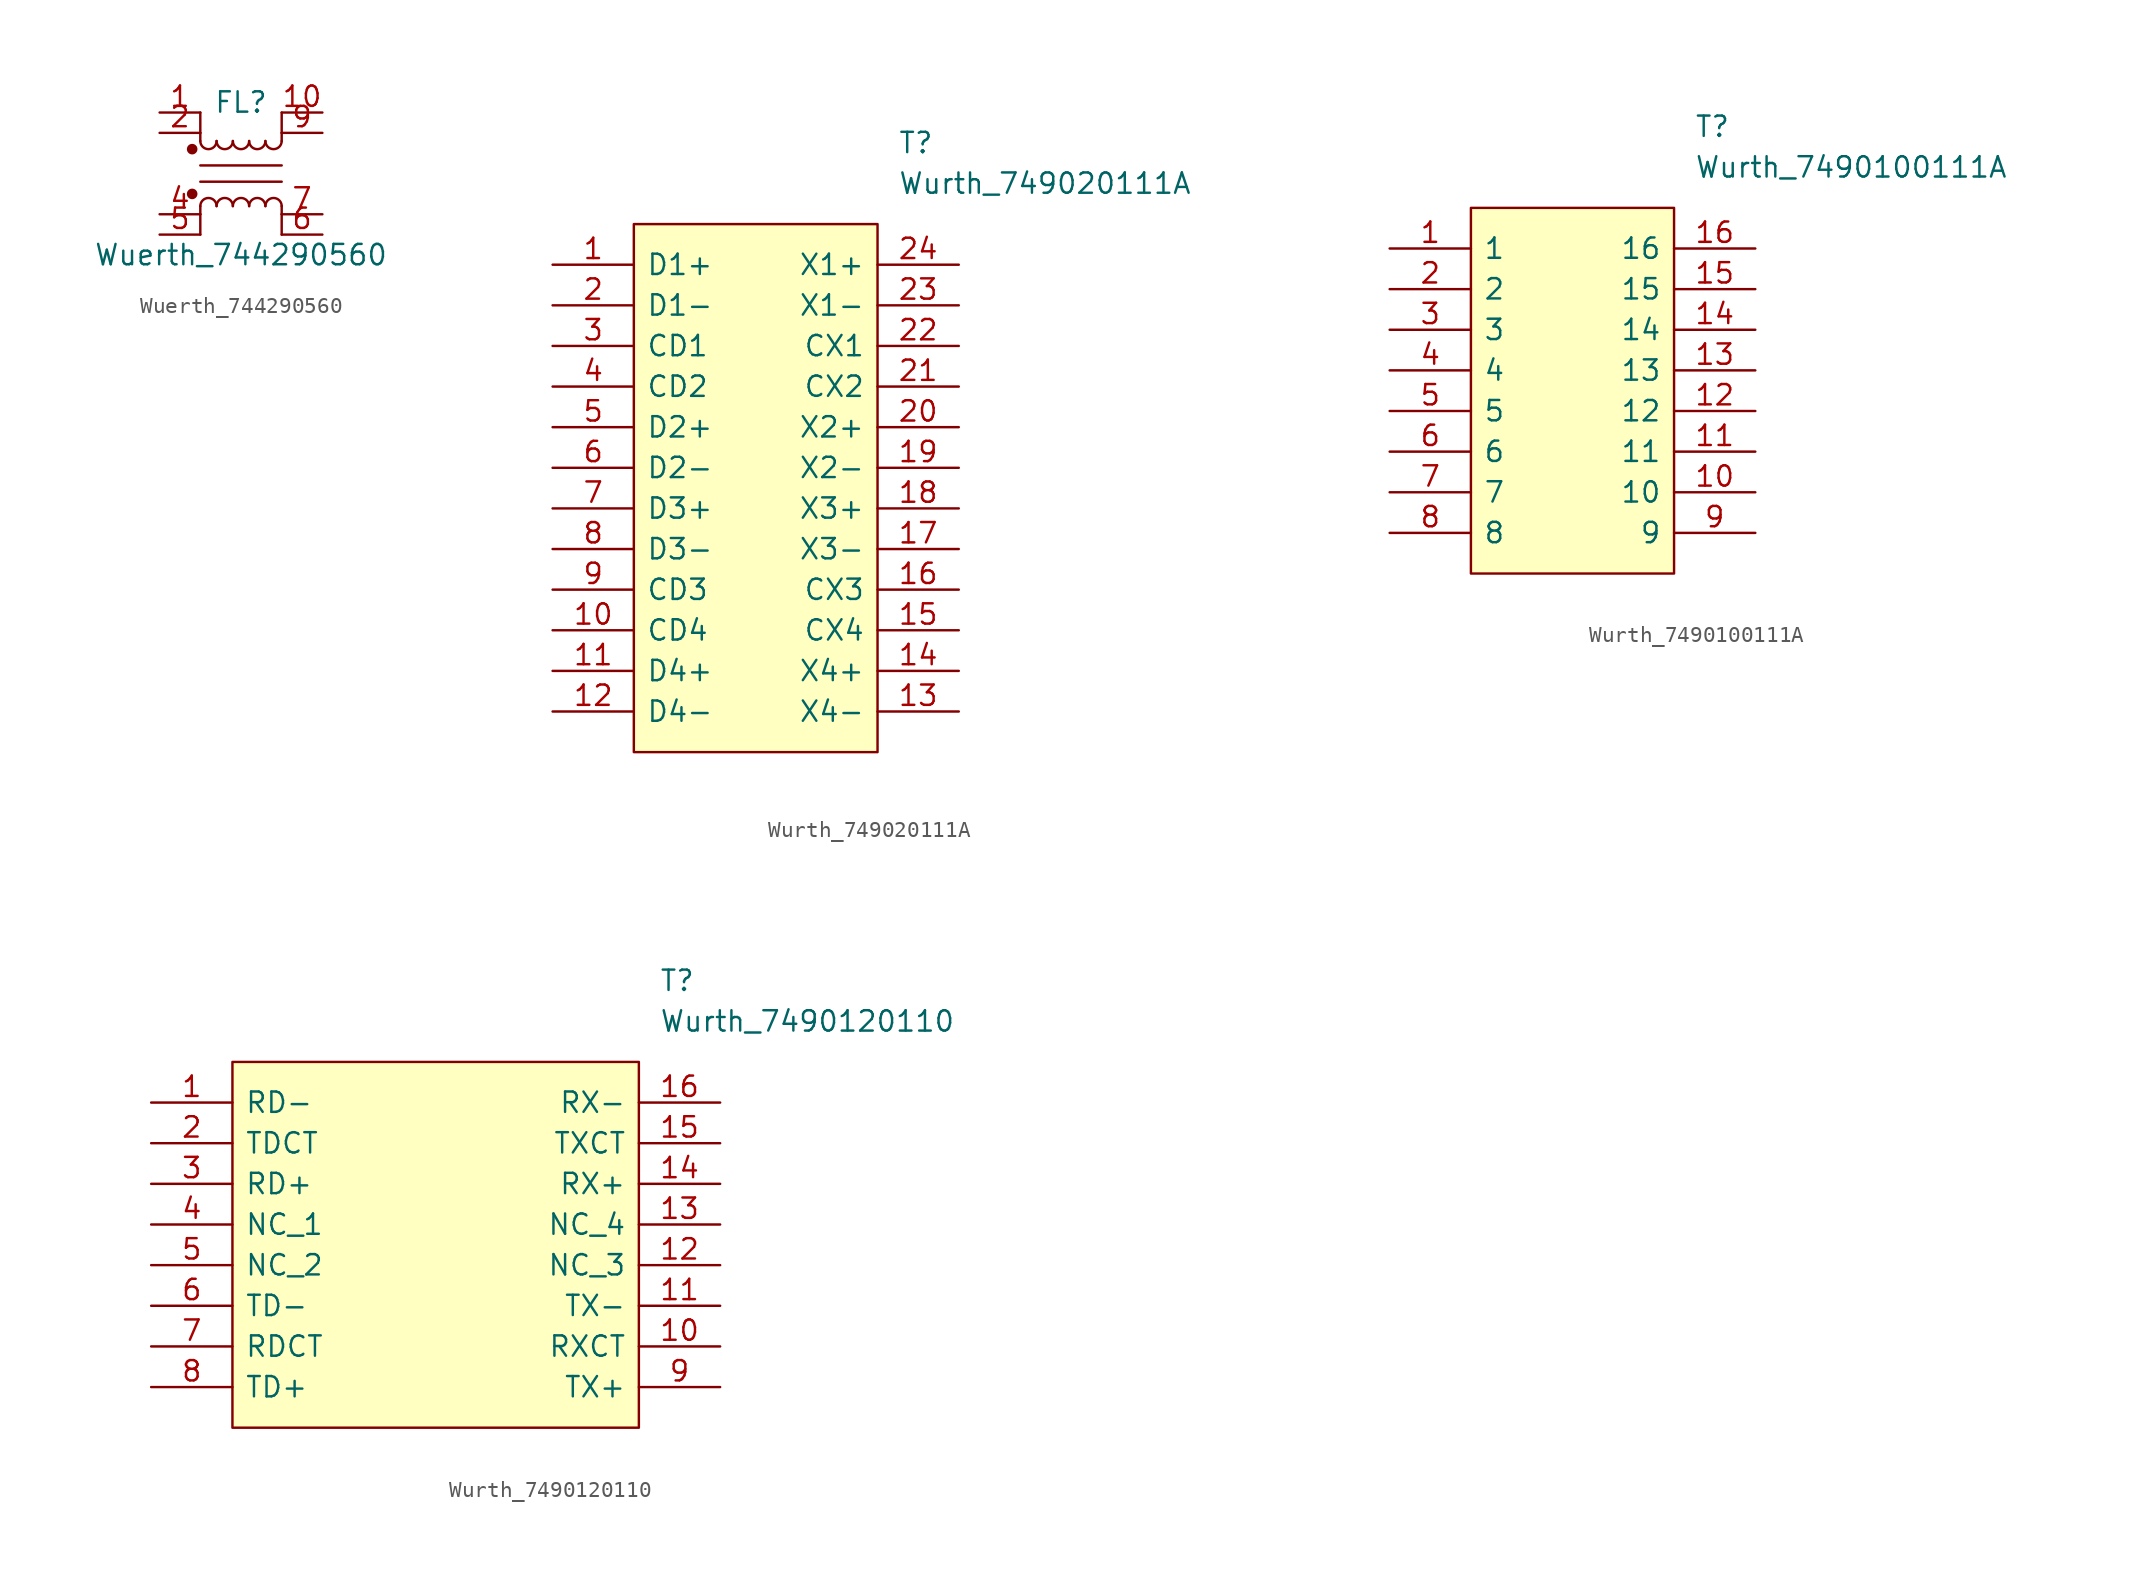
<source format=kicad_sym>
(kicad_symbol_lib
  (version 20241209)
  (generator "kicad_symbol_editor")
  (generator_version "9.0")
  (symbol "Wuerth_744290560"
    (pin_names
      (hide yes))
    (property "Reference" "FL"
      (at 0 4.445 0)
      (effects (font (size 1.27 1.27))))
    (property "Value" "Wuerth_744290560"
      (at 0 -5.08 0)
      (effects (font (size 1.27 1.27))))
    (symbol "Wuerth_744290560_0_1"
      (circle (center -3.048 1.524) (radius 0.254) (stroke (width 0) (type solid)) (fill (type outline)))
      (circle (center -3.048 -1.27) (radius 0.254) (stroke (width 0) (type solid)) (fill (type outline)))
      (polyline (pts (xy -2.54 2.54) (xy -2.54 3.81)) (stroke (width 0) (type solid)) (fill (type none)))
      (polyline (pts (xy -2.54 2.032) (xy -2.54 2.54)) (stroke (width 0) (type solid)) (fill (type none)))
      (polyline (pts (xy -2.54 0.508) (xy 2.54 0.508)) (stroke (width 0) (type solid)) (fill (type none)))
      (polyline (pts (xy -2.54 -2.032) (xy -2.54 -2.54)) (stroke (width 0) (type solid)) (fill (type none)))
      (polyline (pts (xy -2.54 -2.54) (xy -2.54 -3.81)) (stroke (width 0) (type solid)) (fill (type none)))
      (arc (start -1.524 2.032) (mid -2.032 1.524) (end -2.54 2.032) (stroke (width 0) (type solid)) (fill (type none)))
      (arc (start -2.54 -2.032) (mid -2.032 -1.524) (end -1.524 -2.032) (stroke (width 0) (type solid)) (fill (type none)))
      (arc (start -0.508 2.032) (mid -1.016 1.524) (end -1.524 2.032) (stroke (width 0) (type solid)) (fill (type none)))
      (arc (start -1.524 -2.032) (mid -1.016 -1.524) (end -0.508 -2.032) (stroke (width 0) (type solid)) (fill (type none)))
      (arc (start 0.508 2.032) (mid 0 1.524) (end -0.508 2.032) (stroke (width 0) (type solid)) (fill (type none)))
      (arc (start -0.508 -2.032) (mid 0 -1.524) (end 0.508 -2.032) (stroke (width 0) (type solid)) (fill (type none)))
      (arc (start 1.524 2.032) (mid 1.016 1.524) (end 0.508 2.032) (stroke (width 0) (type solid)) (fill (type none)))
      (arc (start 0.508 -2.032) (mid 1.016 -1.524) (end 1.524 -2.032) (stroke (width 0) (type solid)) (fill (type none)))
      (arc (start 2.54 2.032) (mid 2.032 1.524) (end 1.524 2.032) (stroke (width 0) (type solid)) (fill (type none)))
      (arc (start 1.524 -2.032) (mid 2.032 -1.524) (end 2.54 -2.032) (stroke (width 0) (type solid)) (fill (type none)))
      (polyline (pts (xy 2.54 2.54) (xy 2.54 3.81)) (stroke (width 0) (type solid)) (fill (type none)))
      (polyline (pts (xy 2.54 2.54) (xy 2.54 2.032)) (stroke (width 0) (type solid)) (fill (type none)))
      (polyline (pts (xy 2.54 -0.508) (xy -2.54 -0.508)) (stroke (width 0) (type solid)) (fill (type none)))
      (polyline (pts (xy 2.54 -2.032) (xy 2.54 -2.54)) (stroke (width 0) (type solid)) (fill (type none)))
      (polyline (pts (xy 2.54 -2.54) (xy 2.54 -3.81)) (stroke (width 0) (type solid)) (fill (type none))))
    (symbol "Wuerth_744290560_1_1"
      (pin passive line (at -5.08 3.81 0) (length 2.54) (name "1" (effects (font (size 1.27 1.27)))) (number "1" (effects (font (size 1.27 1.27)))))
      (pin passive line (at -5.08 2.54 0) (length 2.54) (name "2" (effects (font (size 1.27 1.27)))) (number "2" (effects (font (size 1.27 1.27)))))
      (pin passive line (at -5.08 -2.54 0) (length 2.54) (name "4" (effects (font (size 1.27 1.27)))) (number "4" (effects (font (size 1.27 1.27)))))
      (pin passive line (at -5.08 -3.81 0) (length 2.54) (name "5" (effects (font (size 1.27 1.27)))) (number "5" (effects (font (size 1.27 1.27)))))
      (pin passive line (at 5.08 3.81 180) (length 2.54) (name "10" (effects (font (size 1.27 1.27)))) (number "10" (effects (font (size 1.27 1.27)))))
      (pin passive line (at 5.08 2.54 180) (length 2.54) (name "9" (effects (font (size 1.27 1.27)))) (number "9" (effects (font (size 1.27 1.27)))))
      (pin passive line (at 5.08 -2.54 180) (length 2.54) (name "7" (effects (font (size 1.27 1.27)))) (number "7" (effects (font (size 1.27 1.27)))))
      (pin passive line (at 5.08 -3.81 180) (length 2.54) (name "6" (effects (font (size 1.27 1.27)))) (number "6" (effects (font (size 1.27 1.27)))))))
  (symbol "Wurth_749020111A"
    (pin_names
      (offset 0.762))
    (property "Reference" "T"
      (at 21.59 7.62 0)
      (effects (font (size 1.27 1.27)) (justify left)))
    (property "Value" "Wurth_749020111A"
      (at 21.59 5.08 0)
      (effects (font (size 1.27 1.27)) (justify left)))
    (symbol "Wurth_749020111A_0_0"
      (pin passive line (at 0 0 0) (length 5.08) (name "D1+" (effects (font (size 1.27 1.27)))) (number "1" (effects (font (size 1.27 1.27)))))
      (pin passive line (at 0 -2.54 0) (length 5.08) (name "D1-" (effects (font (size 1.27 1.27)))) (number "2" (effects (font (size 1.27 1.27)))))
      (pin passive line (at 0 -5.08 0) (length 5.08) (name "CD1" (effects (font (size 1.27 1.27)))) (number "3" (effects (font (size 1.27 1.27)))))
      (pin passive line (at 0 -7.62 0) (length 5.08) (name "CD2" (effects (font (size 1.27 1.27)))) (number "4" (effects (font (size 1.27 1.27)))))
      (pin passive line (at 0 -10.16 0) (length 5.08) (name "D2+" (effects (font (size 1.27 1.27)))) (number "5" (effects (font (size 1.27 1.27)))))
      (pin passive line (at 0 -12.7 0) (length 5.08) (name "D2-" (effects (font (size 1.27 1.27)))) (number "6" (effects (font (size 1.27 1.27)))))
      (pin passive line (at 0 -15.24 0) (length 5.08) (name "D3+" (effects (font (size 1.27 1.27)))) (number "7" (effects (font (size 1.27 1.27)))))
      (pin passive line (at 0 -17.78 0) (length 5.08) (name "D3-" (effects (font (size 1.27 1.27)))) (number "8" (effects (font (size 1.27 1.27)))))
      (pin passive line (at 0 -20.32 0) (length 5.08) (name "CD3" (effects (font (size 1.27 1.27)))) (number "9" (effects (font (size 1.27 1.27)))))
      (pin passive line (at 0 -22.86 0) (length 5.08) (name "CD4" (effects (font (size 1.27 1.27)))) (number "10" (effects (font (size 1.27 1.27)))))
      (pin passive line (at 0 -25.4 0) (length 5.08) (name "D4+" (effects (font (size 1.27 1.27)))) (number "11" (effects (font (size 1.27 1.27)))))
      (pin passive line (at 0 -27.94 0) (length 5.08) (name "D4-" (effects (font (size 1.27 1.27)))) (number "12" (effects (font (size 1.27 1.27)))))
      (pin passive line (at 25.4 0 180) (length 5.08) (name "X1+" (effects (font (size 1.27 1.27)))) (number "24" (effects (font (size 1.27 1.27)))))
      (pin passive line (at 25.4 -2.54 180) (length 5.08) (name "X1-" (effects (font (size 1.27 1.27)))) (number "23" (effects (font (size 1.27 1.27)))))
      (pin passive line (at 25.4 -5.08 180) (length 5.08) (name "CX1" (effects (font (size 1.27 1.27)))) (number "22" (effects (font (size 1.27 1.27)))))
      (pin passive line (at 25.4 -7.62 180) (length 5.08) (name "CX2" (effects (font (size 1.27 1.27)))) (number "21" (effects (font (size 1.27 1.27)))))
      (pin passive line (at 25.4 -10.16 180) (length 5.08) (name "X2+" (effects (font (size 1.27 1.27)))) (number "20" (effects (font (size 1.27 1.27)))))
      (pin passive line (at 25.4 -12.7 180) (length 5.08) (name "X2-" (effects (font (size 1.27 1.27)))) (number "19" (effects (font (size 1.27 1.27)))))
      (pin passive line (at 25.4 -15.24 180) (length 5.08) (name "X3+" (effects (font (size 1.27 1.27)))) (number "18" (effects (font (size 1.27 1.27)))))
      (pin passive line (at 25.4 -17.78 180) (length 5.08) (name "X3-" (effects (font (size 1.27 1.27)))) (number "17" (effects (font (size 1.27 1.27)))))
      (pin passive line (at 25.4 -20.32 180) (length 5.08) (name "CX3" (effects (font (size 1.27 1.27)))) (number "16" (effects (font (size 1.27 1.27)))))
      (pin passive line (at 25.4 -22.86 180) (length 5.08) (name "CX4" (effects (font (size 1.27 1.27)))) (number "15" (effects (font (size 1.27 1.27)))))
      (pin passive line (at 25.4 -25.4 180) (length 5.08) (name "X4+" (effects (font (size 1.27 1.27)))) (number "14" (effects (font (size 1.27 1.27)))))
      (pin passive line (at 25.4 -27.94 180) (length 5.08) (name "X4-" (effects (font (size 1.27 1.27)))) (number "13" (effects (font (size 1.27 1.27))))))
    (symbol "Wurth_749020111A_0_1"
      (polyline (pts (xy 5.08 2.54) (xy 20.32 2.54) (xy 20.32 -30.48) (xy 5.08 -30.48) (xy 5.08 2.54)) (stroke (width 0) (type solid)) (fill (type background)))))
  (symbol "Wurth_7490100111A"
    (pin_names
      (offset 0.762))
    (property "Reference" "T"
      (at 19.05 7.62 0)
      (effects (font (size 1.27 1.27)) (justify left)))
    (property "Value" "Wurth_7490100111A"
      (at 19.05 5.08 0)
      (effects (font (size 1.27 1.27)) (justify left)))
    (symbol "Wurth_7490100111A_0_0"
      (pin passive line (at 0 0 0) (length 5.08) (name "1" (effects (font (size 1.27 1.27)))) (number "1" (effects (font (size 1.27 1.27)))))
      (pin passive line (at 0 -2.54 0) (length 5.08) (name "2" (effects (font (size 1.27 1.27)))) (number "2" (effects (font (size 1.27 1.27)))))
      (pin passive line (at 0 -5.08 0) (length 5.08) (name "3" (effects (font (size 1.27 1.27)))) (number "3" (effects (font (size 1.27 1.27)))))
      (pin passive line (at 0 -7.62 0) (length 5.08) (name "4" (effects (font (size 1.27 1.27)))) (number "4" (effects (font (size 1.27 1.27)))))
      (pin passive line (at 0 -10.16 0) (length 5.08) (name "5" (effects (font (size 1.27 1.27)))) (number "5" (effects (font (size 1.27 1.27)))))
      (pin passive line (at 0 -12.7 0) (length 5.08) (name "6" (effects (font (size 1.27 1.27)))) (number "6" (effects (font (size 1.27 1.27)))))
      (pin passive line (at 0 -15.24 0) (length 5.08) (name "7" (effects (font (size 1.27 1.27)))) (number "7" (effects (font (size 1.27 1.27)))))
      (pin passive line (at 0 -17.78 0) (length 5.08) (name "8" (effects (font (size 1.27 1.27)))) (number "8" (effects (font (size 1.27 1.27)))))
      (pin passive line (at 22.86 0 180) (length 5.08) (name "16" (effects (font (size 1.27 1.27)))) (number "16" (effects (font (size 1.27 1.27)))))
      (pin passive line (at 22.86 -2.54 180) (length 5.08) (name "15" (effects (font (size 1.27 1.27)))) (number "15" (effects (font (size 1.27 1.27)))))
      (pin passive line (at 22.86 -5.08 180) (length 5.08) (name "14" (effects (font (size 1.27 1.27)))) (number "14" (effects (font (size 1.27 1.27)))))
      (pin passive line (at 22.86 -7.62 180) (length 5.08) (name "13" (effects (font (size 1.27 1.27)))) (number "13" (effects (font (size 1.27 1.27)))))
      (pin passive line (at 22.86 -10.16 180) (length 5.08) (name "12" (effects (font (size 1.27 1.27)))) (number "12" (effects (font (size 1.27 1.27)))))
      (pin passive line (at 22.86 -12.7 180) (length 5.08) (name "11" (effects (font (size 1.27 1.27)))) (number "11" (effects (font (size 1.27 1.27)))))
      (pin passive line (at 22.86 -15.24 180) (length 5.08) (name "10" (effects (font (size 1.27 1.27)))) (number "10" (effects (font (size 1.27 1.27)))))
      (pin passive line (at 22.86 -17.78 180) (length 5.08) (name "9" (effects (font (size 1.27 1.27)))) (number "9" (effects (font (size 1.27 1.27))))))
    (symbol "Wurth_7490100111A_0_1"
      (polyline (pts (xy 5.08 2.54) (xy 17.78 2.54) (xy 17.78 -20.32) (xy 5.08 -20.32) (xy 5.08 2.54)) (stroke (width 0) (type solid)) (fill (type background)))))
  (symbol "Wurth_7490120110"
    (pin_names
      (offset 0.762))
    (property "Reference" "T"
      (at 31.75 7.62 0)
      (effects (font (size 1.27 1.27)) (justify left)))
    (property "Value" "Wurth_7490120110"
      (at 31.75 5.08 0)
      (effects (font (size 1.27 1.27)) (justify left)))
    (symbol "Wurth_7490120110_0_0"
      (pin passive line (at 0 0 0) (length 5.08) (name "RD-" (effects (font (size 1.27 1.27)))) (number "1" (effects (font (size 1.27 1.27)))))
      (pin passive line (at 0 -2.54 0) (length 5.08) (name "TDCT" (effects (font (size 1.27 1.27)))) (number "2" (effects (font (size 1.27 1.27)))))
      (pin passive line (at 0 -5.08 0) (length 5.08) (name "RD+" (effects (font (size 1.27 1.27)))) (number "3" (effects (font (size 1.27 1.27)))))
      (pin passive line (at 0 -7.62 0) (length 5.08) (name "NC_1" (effects (font (size 1.27 1.27)))) (number "4" (effects (font (size 1.27 1.27)))))
      (pin passive line (at 0 -10.16 0) (length 5.08) (name "NC_2" (effects (font (size 1.27 1.27)))) (number "5" (effects (font (size 1.27 1.27)))))
      (pin passive line (at 0 -12.7 0) (length 5.08) (name "TD-" (effects (font (size 1.27 1.27)))) (number "6" (effects (font (size 1.27 1.27)))))
      (pin passive line (at 0 -15.24 0) (length 5.08) (name "RDCT" (effects (font (size 1.27 1.27)))) (number "7" (effects (font (size 1.27 1.27)))))
      (pin passive line (at 0 -17.78 0) (length 5.08) (name "TD+" (effects (font (size 1.27 1.27)))) (number "8" (effects (font (size 1.27 1.27)))))
      (pin passive line (at 35.56 0 180) (length 5.08) (name "RX-" (effects (font (size 1.27 1.27)))) (number "16" (effects (font (size 1.27 1.27)))))
      (pin passive line (at 35.56 -2.54 180) (length 5.08) (name "TXCT" (effects (font (size 1.27 1.27)))) (number "15" (effects (font (size 1.27 1.27)))))
      (pin passive line (at 35.56 -5.08 180) (length 5.08) (name "RX+" (effects (font (size 1.27 1.27)))) (number "14" (effects (font (size 1.27 1.27)))))
      (pin passive line (at 35.56 -7.62 180) (length 5.08) (name "NC_4" (effects (font (size 1.27 1.27)))) (number "13" (effects (font (size 1.27 1.27)))))
      (pin passive line (at 35.56 -10.16 180) (length 5.08) (name "NC_3" (effects (font (size 1.27 1.27)))) (number "12" (effects (font (size 1.27 1.27)))))
      (pin passive line (at 35.56 -12.7 180) (length 5.08) (name "TX-" (effects (font (size 1.27 1.27)))) (number "11" (effects (font (size 1.27 1.27)))))
      (pin passive line (at 35.56 -15.24 180) (length 5.08) (name "RXCT" (effects (font (size 1.27 1.27)))) (number "10" (effects (font (size 1.27 1.27)))))
      (pin passive line (at 35.56 -17.78 180) (length 5.08) (name "TX+" (effects (font (size 1.27 1.27)))) (number "9" (effects (font (size 1.27 1.27))))))
    (symbol "Wurth_7490120110_0_1"
      (polyline (pts (xy 5.08 2.54) (xy 30.48 2.54) (xy 30.48 -20.32) (xy 5.08 -20.32) (xy 5.08 2.54)) (stroke (width 0) (type solid)) (fill (type background))))))
</source>
